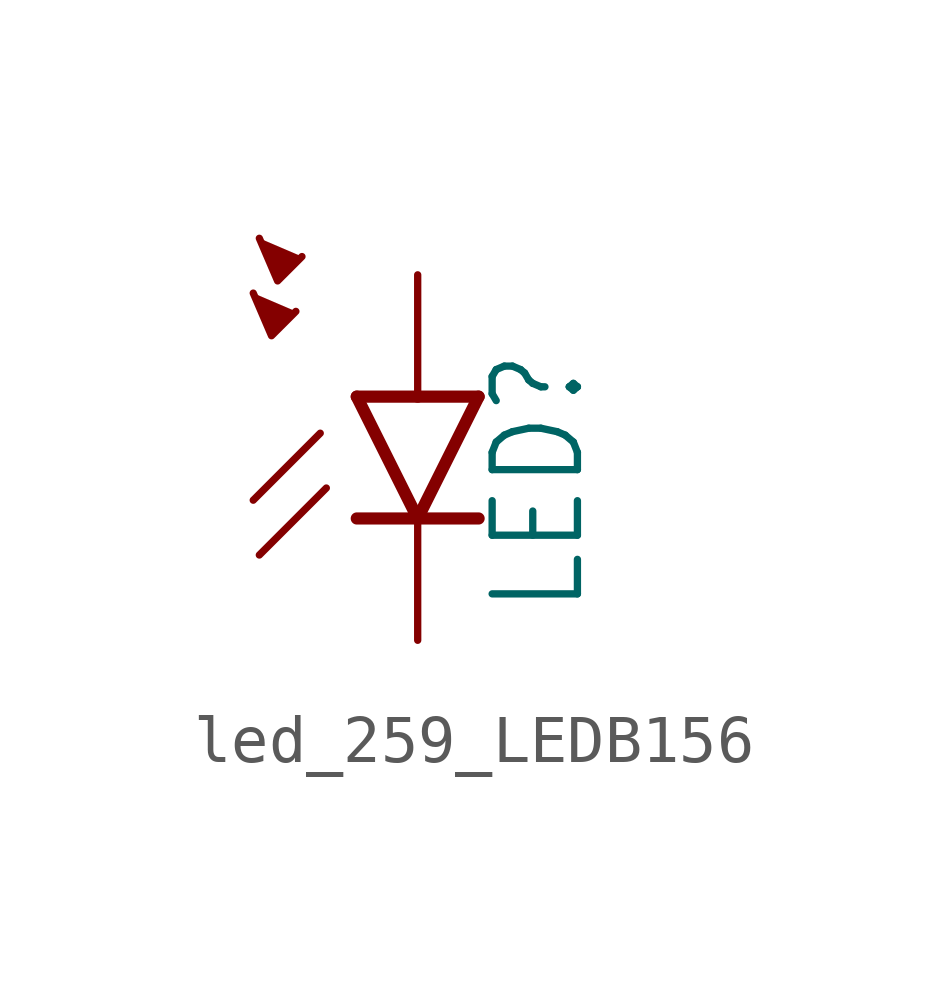
<source format=kicad_sym>
(kicad_symbol_lib
  (version 20241209)
  (generator "kicad_symbol_editor")
  (generator_version "9.0")
  (symbol "led_259_LEDB156"
    (property "Reference" "LED"
      (at 3.556 -4.572 90)
      (effects (font (size 1.778 1.511)) (justify left bottom)))
    (property "Value" ""
      (at 5.715 -4.572 90)
      (effects (font (size 1.778 1.511)) (justify left bottom)))
    (property "ki_locked" ""
      (at 0 0 0)
      (effects (font (size 1.27 1.27))))
    (symbol "led_259_LEDB156_1_0"
      (polyline (pts (xy -3.429 2.159) (xy -3.048 1.27) (xy -2.54 1.778)) (stroke (width 0.152) (type solid)) (fill (type outline)))
      (polyline (pts (xy -3.302 3.302) (xy -2.921 2.413) (xy -2.413 2.921)) (stroke (width 0.152) (type solid)) (fill (type outline)))
      (polyline (pts (xy -2.032 -0.762) (xy -3.429 -2.159)) (stroke (width 0.152) (type solid)) (fill (type none)))
      (polyline (pts (xy -1.905 -1.905) (xy -3.302 -3.302)) (stroke (width 0.152) (type solid)) (fill (type none)))
      (polyline (pts (xy 0 0) (xy -1.27 0)) (stroke (width 0.254) (type solid)) (fill (type none)))
      (polyline (pts (xy 0 -2.54) (xy -1.27 0)) (stroke (width 0.254) (type solid)) (fill (type none)))
      (polyline (pts (xy 0 -2.54) (xy -1.27 -2.54)) (stroke (width 0.254) (type solid)) (fill (type none)))
      (polyline (pts (xy 1.27 0) (xy 0 0)) (stroke (width 0.254) (type solid)) (fill (type none)))
      (polyline (pts (xy 1.27 0) (xy 0 -2.54)) (stroke (width 0.254) (type solid)) (fill (type none)))
      (polyline (pts (xy 1.27 -2.54) (xy 0 -2.54)) (stroke (width 0.254) (type solid)) (fill (type none)))
      (pin passive line (at 0 2.54 270) (length 2.54) (name "A" (effects (font (size 0 0)))) (number "A" (effects (font (size 0 0)))))
      (pin passive line (at 0 -5.08 90) (length 2.54) (name "C" (effects (font (size 0 0)))) (number "K" (effects (font (size 0 0))))))))
</source>
